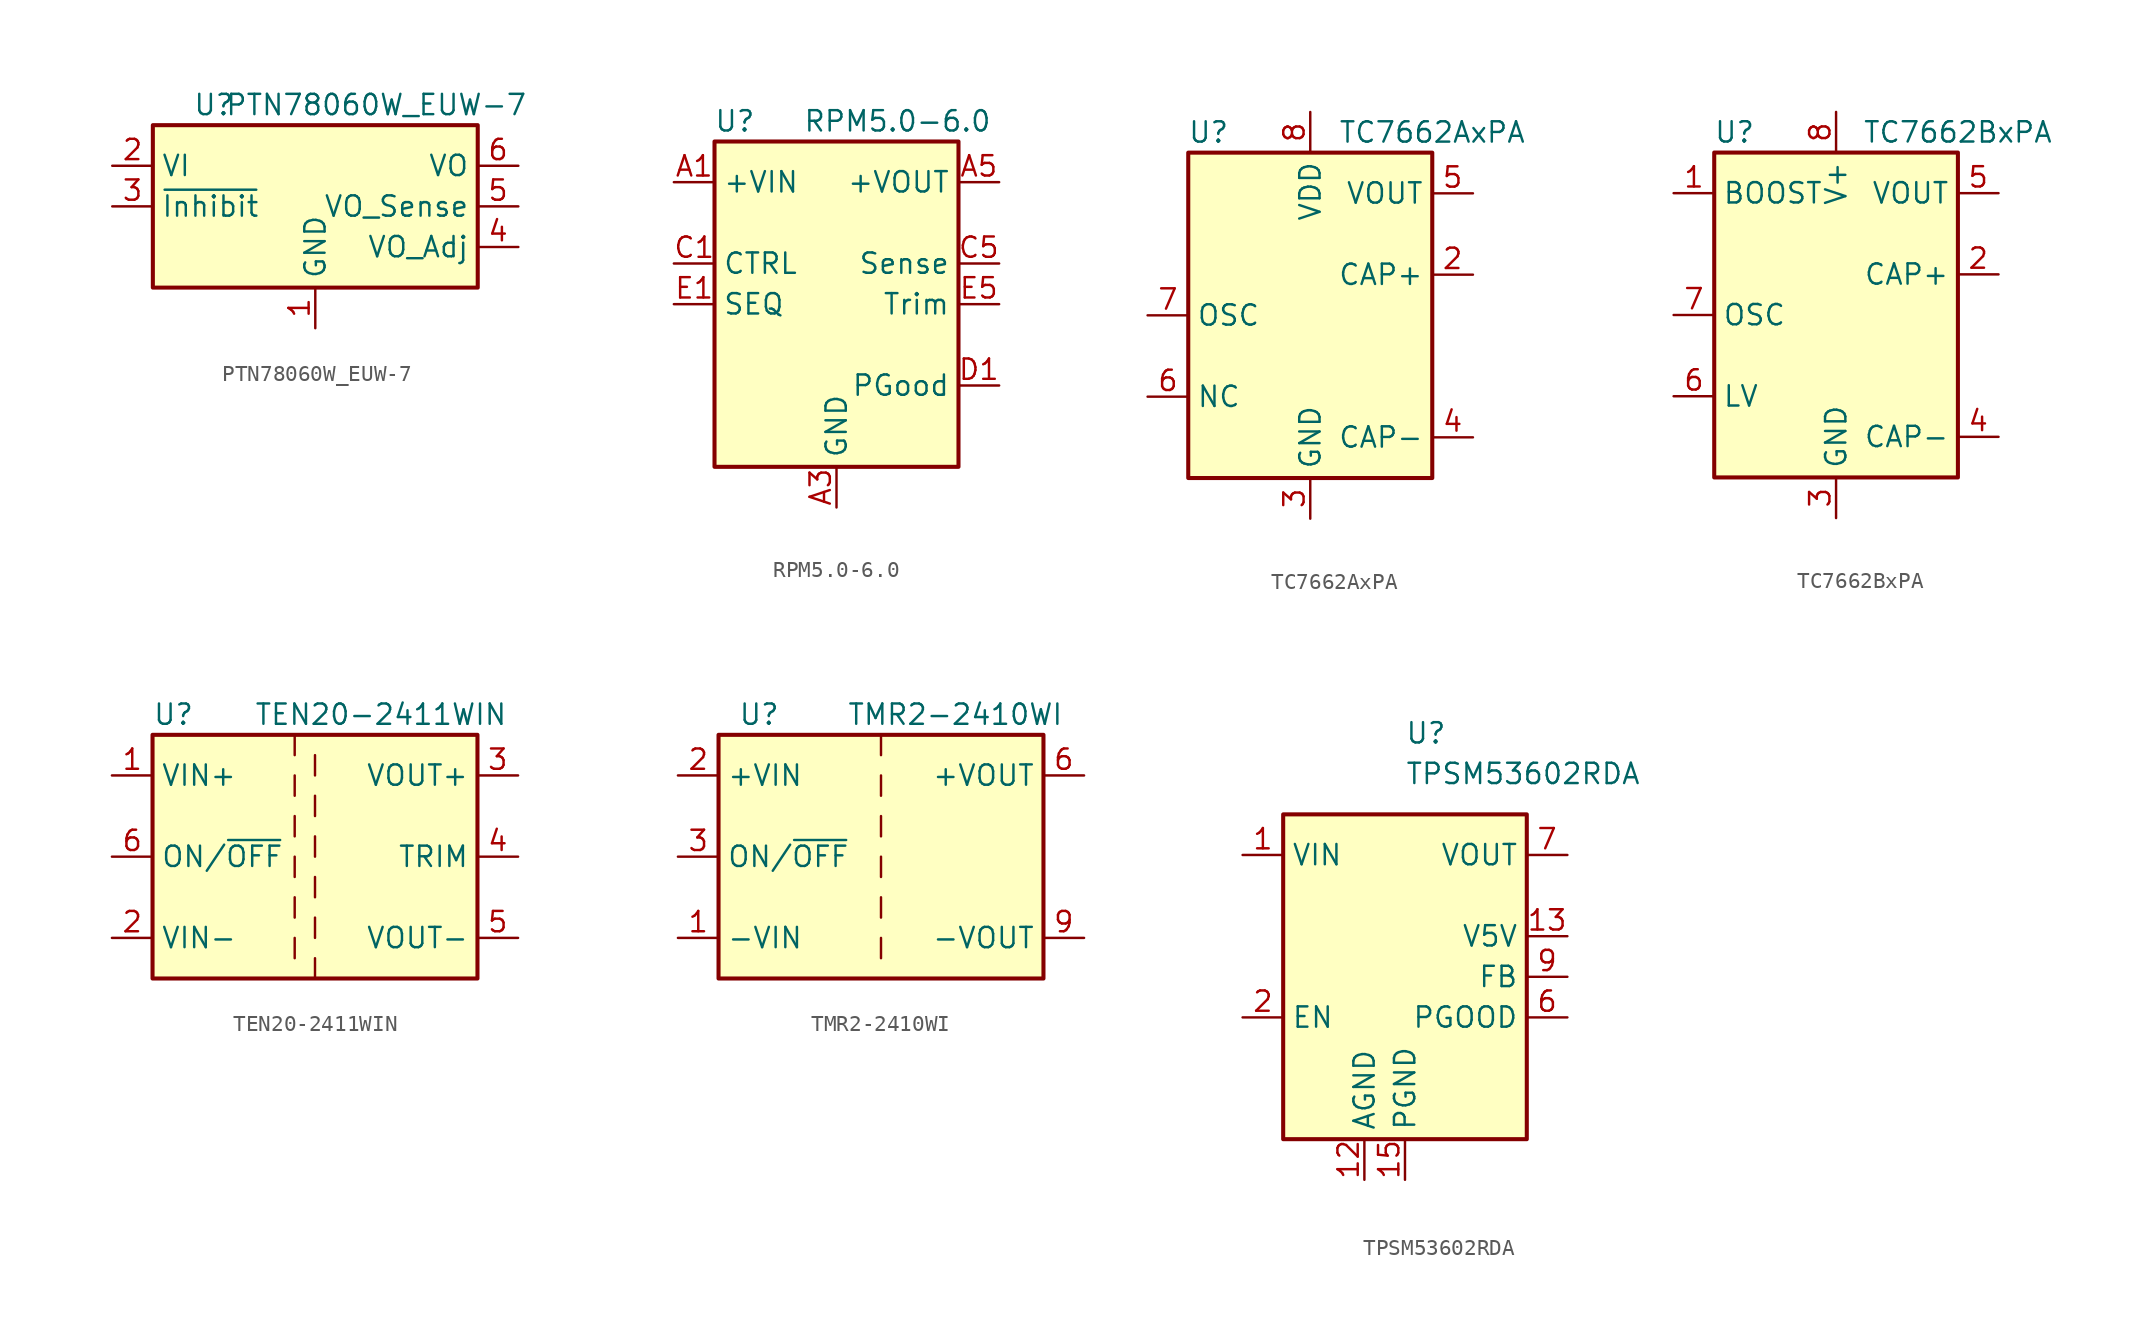
<source format=kicad_sym>
(kicad_symbol_lib
  (version 20241209)
  (generator "kicad_symbol_editor")
  (generator_version "9.0")
  (symbol "PTN78060W_EUW-7"
    (property "Reference" "U"
      (at -6.35 6.35 0)
      (effects (font (size 1.27 1.27))))
    (property "Value" "PTN78060W_EUW-7"
      (at 3.81 6.35 0)
      (effects (font (size 1.27 1.27))))
    (symbol "PTN78060W_EUW-7_0_1"
      (rectangle (start -10.16 5.08) (end 10.16 -5.08) (stroke (width 0.254) (type default)) (fill (type background))))
    (symbol "PTN78060W_EUW-7_1_1"
      (pin power_in line (at -12.7 2.54 0) (length 2.54) (name "VI" (effects (font (size 1.27 1.27)))) (number "2" (effects (font (size 1.27 1.27)))))
      (pin input line (at -12.7 0 0) (length 2.54) (name "~{Inhibit}" (effects (font (size 1.27 1.27)))) (number "3" (effects (font (size 1.27 1.27)))))
      (pin power_in line (at 0 -7.62 90) (length 2.54) (name "GND" (effects (font (size 1.27 1.27)))) (number "1" (effects (font (size 1.27 1.27)))))
      (pin passive line (at 0 -7.62 90) (length 2.54) (hide yes) (name "GND" (effects (font (size 1.27 1.27)))) (number "7" (effects (font (size 1.27 1.27)))))
      (pin power_out line (at 12.7 2.54 180) (length 2.54) (name "VO" (effects (font (size 1.27 1.27)))) (number "6" (effects (font (size 1.27 1.27)))))
      (pin power_out line (at 12.7 0 180) (length 2.54) (name "VO_Sense" (effects (font (size 1.27 1.27)))) (number "5" (effects (font (size 1.27 1.27)))))
      (pin input line (at 12.7 -2.54 180) (length 2.54) (name "VO_Adj" (effects (font (size 1.27 1.27)))) (number "4" (effects (font (size 1.27 1.27)))))))
  (symbol "RPM5.0-6.0"
    (property "Reference" "U"
      (at -6.35 11.43 0)
      (effects (font (size 1.27 1.27))))
    (property "Value" "RPM5.0-6.0"
      (at 3.81 11.43 0)
      (effects (font (size 1.27 1.27))))
    (symbol "RPM5.0-6.0_0_1"
      (rectangle (start -7.62 10.16) (end 7.62 -10.16) (stroke (width 0.254) (type default)) (fill (type background))))
    (symbol "RPM5.0-6.0_1_1"
      (pin power_in line (at -10.16 7.62 0) (length 2.54) (name "+VIN" (effects (font (size 1.27 1.27)))) (number "A1" (effects (font (size 1.27 1.27)))))
      (pin passive line (at -10.16 7.62 0) (length 2.54) (hide yes) (name "+VIN" (effects (font (size 1.27 1.27)))) (number "A2" (effects (font (size 1.27 1.27)))))
      (pin input line (at -10.16 2.54 0) (length 2.54) (name "CTRL" (effects (font (size 1.27 1.27)))) (number "C1" (effects (font (size 1.27 1.27)))))
      (pin passive line (at -10.16 0 0) (length 2.54) (name "SEQ" (effects (font (size 1.27 1.27)))) (number "E1" (effects (font (size 1.27 1.27)))))
      (pin no_connect line (at -7.62 -5.08 0) (length 2.54) (hide yes) (name "NC" (effects (font (size 1.27 1.27)))) (number "E2" (effects (font (size 1.27 1.27)))))
      (pin power_in line (at 0 -12.7 90) (length 2.54) (name "GND" (effects (font (size 1.27 1.27)))) (number "A3" (effects (font (size 1.27 1.27)))))
      (pin passive line (at 0 -12.7 90) (length 2.54) (hide yes) (name "GND" (effects (font (size 1.27 1.27)))) (number "A4" (effects (font (size 1.27 1.27)))))
      (pin passive line (at 0 -12.7 90) (length 2.54) (hide yes) (name "GND" (effects (font (size 1.27 1.27)))) (number "B1" (effects (font (size 1.27 1.27)))))
      (pin passive line (at 0 -12.7 90) (length 2.54) (hide yes) (name "GND" (effects (font (size 1.27 1.27)))) (number "B2" (effects (font (size 1.27 1.27)))))
      (pin passive line (at 0 -12.7 90) (length 2.54) (hide yes) (name "GND" (effects (font (size 1.27 1.27)))) (number "B3" (effects (font (size 1.27 1.27)))))
      (pin passive line (at 0 -12.7 90) (length 2.54) (hide yes) (name "GND" (effects (font (size 1.27 1.27)))) (number "B4" (effects (font (size 1.27 1.27)))))
      (pin passive line (at 0 -12.7 90) (length 2.54) (hide yes) (name "GND" (effects (font (size 1.27 1.27)))) (number "C2" (effects (font (size 1.27 1.27)))))
      (pin passive line (at 0 -12.7 90) (length 2.54) (hide yes) (name "GND" (effects (font (size 1.27 1.27)))) (number "C3" (effects (font (size 1.27 1.27)))))
      (pin passive line (at 0 -12.7 90) (length 2.54) (hide yes) (name "GND" (effects (font (size 1.27 1.27)))) (number "C4" (effects (font (size 1.27 1.27)))))
      (pin passive line (at 0 -12.7 90) (length 2.54) (hide yes) (name "GND" (effects (font (size 1.27 1.27)))) (number "D2" (effects (font (size 1.27 1.27)))))
      (pin passive line (at 0 -12.7 90) (length 2.54) (hide yes) (name "GND" (effects (font (size 1.27 1.27)))) (number "D3" (effects (font (size 1.27 1.27)))))
      (pin passive line (at 0 -12.7 90) (length 2.54) (hide yes) (name "GND" (effects (font (size 1.27 1.27)))) (number "D4" (effects (font (size 1.27 1.27)))))
      (pin passive line (at 0 -12.7 90) (length 2.54) (hide yes) (name "GND" (effects (font (size 1.27 1.27)))) (number "D5" (effects (font (size 1.27 1.27)))))
      (pin passive line (at 0 -12.7 90) (length 2.54) (hide yes) (name "GND" (effects (font (size 1.27 1.27)))) (number "E3" (effects (font (size 1.27 1.27)))))
      (pin passive line (at 0 -12.7 90) (length 2.54) (hide yes) (name "GND" (effects (font (size 1.27 1.27)))) (number "E4" (effects (font (size 1.27 1.27)))))
      (pin power_out line (at 10.16 7.62 180) (length 2.54) (name "+VOUT" (effects (font (size 1.27 1.27)))) (number "A5" (effects (font (size 1.27 1.27)))))
      (pin passive line (at 10.16 7.62 180) (length 2.54) (hide yes) (name "+VOUT" (effects (font (size 1.27 1.27)))) (number "B5" (effects (font (size 1.27 1.27)))))
      (pin input line (at 10.16 2.54 180) (length 2.54) (name "Sense" (effects (font (size 1.27 1.27)))) (number "C5" (effects (font (size 1.27 1.27)))))
      (pin input line (at 10.16 0 180) (length 2.54) (name "Trim" (effects (font (size 1.27 1.27)))) (number "E5" (effects (font (size 1.27 1.27)))))
      (pin output line (at 10.16 -5.08 180) (length 2.54) (name "PGood" (effects (font (size 1.27 1.27)))) (number "D1" (effects (font (size 1.27 1.27)))))))
  (symbol "TC7662AxPA"
    (property "Reference" "U"
      (at -6.35 11.43 0)
      (effects (font (size 1.27 1.27))))
    (property "Value" "TC7662AxPA"
      (at 7.62 11.43 0)
      (effects (font (size 1.27 1.27))))
    (symbol "TC7662AxPA_0_1"
      (rectangle (start -7.62 10.16) (end 7.62 -10.16) (stroke (width 0.254) (type default)) (fill (type background))))
    (symbol "TC7662AxPA_1_1"
      (pin passive line (at -10.16 0 0) (length 2.54) (name "OSC" (effects (font (size 1.27 1.27)))) (number "7" (effects (font (size 1.27 1.27)))))
      (pin passive line (at -10.16 -5.08 0) (length 2.54) (name "NC" (effects (font (size 1.27 1.27)))) (number "6" (effects (font (size 1.27 1.27)))))
      (pin no_connect line (at -7.62 5.08 0) (length 2.54) (hide yes) (name "NC" (effects (font (size 1.27 1.27)))) (number "1" (effects (font (size 1.27 1.27)))))
      (pin power_in line (at 0 12.7 270) (length 2.54) (name "VDD" (effects (font (size 1.27 1.27)))) (number "8" (effects (font (size 1.27 1.27)))))
      (pin power_in line (at 0 -12.7 90) (length 2.54) (name "GND" (effects (font (size 1.27 1.27)))) (number "3" (effects (font (size 1.27 1.27)))))
      (pin power_out line (at 10.16 7.62 180) (length 2.54) (name "VOUT" (effects (font (size 1.27 1.27)))) (number "5" (effects (font (size 1.27 1.27)))))
      (pin passive line (at 10.16 2.54 180) (length 2.54) (name "CAP+" (effects (font (size 1.27 1.27)))) (number "2" (effects (font (size 1.27 1.27)))))
      (pin passive line (at 10.16 -7.62 180) (length 2.54) (name "CAP-" (effects (font (size 1.27 1.27)))) (number "4" (effects (font (size 1.27 1.27)))))))
  (symbol "TC7662BxPA"
    (property "Reference" "U"
      (at -6.35 11.43 0)
      (effects (font (size 1.27 1.27))))
    (property "Value" "TC7662BxPA"
      (at 7.62 11.43 0)
      (effects (font (size 1.27 1.27))))
    (symbol "TC7662BxPA_0_1"
      (rectangle (start -7.62 10.16) (end 7.62 -10.16) (stroke (width 0.254) (type default)) (fill (type background))))
    (symbol "TC7662BxPA_1_1"
      (pin input line (at -10.16 7.62 0) (length 2.54) (name "BOOST" (effects (font (size 1.27 1.27)))) (number "1" (effects (font (size 1.27 1.27)))))
      (pin passive line (at -10.16 0 0) (length 2.54) (name "OSC" (effects (font (size 1.27 1.27)))) (number "7" (effects (font (size 1.27 1.27)))))
      (pin input line (at -10.16 -5.08 0) (length 2.54) (name "LV" (effects (font (size 1.27 1.27)))) (number "6" (effects (font (size 1.27 1.27)))))
      (pin power_in line (at 0 12.7 270) (length 2.54) (name "V+" (effects (font (size 1.27 1.27)))) (number "8" (effects (font (size 1.27 1.27)))))
      (pin power_in line (at 0 -12.7 90) (length 2.54) (name "GND" (effects (font (size 1.27 1.27)))) (number "3" (effects (font (size 1.27 1.27)))))
      (pin power_out line (at 10.16 7.62 180) (length 2.54) (name "VOUT" (effects (font (size 1.27 1.27)))) (number "5" (effects (font (size 1.27 1.27)))))
      (pin passive line (at 10.16 2.54 180) (length 2.54) (name "CAP+" (effects (font (size 1.27 1.27)))) (number "2" (effects (font (size 1.27 1.27)))))
      (pin passive line (at 10.16 -7.62 180) (length 2.54) (name "CAP-" (effects (font (size 1.27 1.27)))) (number "4" (effects (font (size 1.27 1.27)))))))
  (symbol "TEN20-2411WIN"
    (property "Reference" "U"
      (at -10.16 8.89 0)
      (effects (font (size 1.27 1.27)) (justify left)))
    (property "Value" "TEN20-2411WIN"
      (at -3.81 8.89 0)
      (effects (font (size 1.27 1.27)) (justify left)))
    (symbol "TEN20-2411WIN_0_1"
      (rectangle (start -10.16 7.62) (end 10.16 -7.62) (stroke (width 0.254) (type default)) (fill (type background)))
      (polyline (pts (xy -1.27 7.62) (xy -1.27 6.35)) (stroke (width 0) (type default)) (fill (type none)))
      (polyline (pts (xy -1.27 5.08) (xy -1.27 3.81)) (stroke (width 0) (type default)) (fill (type none)))
      (polyline (pts (xy -1.27 2.54) (xy -1.27 1.27)) (stroke (width 0) (type default)) (fill (type none)))
      (polyline (pts (xy -1.27 0) (xy -1.27 -1.27)) (stroke (width 0) (type default)) (fill (type none)))
      (polyline (pts (xy -1.27 -2.54) (xy -1.27 -3.81)) (stroke (width 0) (type default)) (fill (type none)))
      (polyline (pts (xy -1.27 -5.08) (xy -1.27 -6.35)) (stroke (width 0) (type default)) (fill (type none)))
      (polyline (pts (xy 0 5.08) (xy 0 6.35)) (stroke (width 0) (type default)) (fill (type none)))
      (polyline (pts (xy 0 2.54) (xy 0 3.81)) (stroke (width 0) (type default)) (fill (type none)))
      (polyline (pts (xy 0 0) (xy 0 1.27)) (stroke (width 0) (type default)) (fill (type none)))
      (polyline (pts (xy 0 -1.27) (xy 0 -2.54)) (stroke (width 0) (type default)) (fill (type none)))
      (polyline (pts (xy 0 -5.08) (xy 0 -3.81)) (stroke (width 0) (type default)) (fill (type none)))
      (polyline (pts (xy 0 -7.62) (xy 0 -6.35)) (stroke (width 0) (type default)) (fill (type none))))
    (symbol "TEN20-2411WIN_1_1"
      (pin power_in line (at -12.7 5.08 0) (length 2.54) (name "VIN+" (effects (font (size 1.27 1.27)))) (number "1" (effects (font (size 1.27 1.27)))))
      (pin input line (at -12.7 0 0) (length 2.54) (name "ON/~{OFF}" (effects (font (size 1.27 1.27)))) (number "6" (effects (font (size 1.27 1.27)))))
      (pin power_in line (at -12.7 -5.08 0) (length 2.54) (name "VIN-" (effects (font (size 1.27 1.27)))) (number "2" (effects (font (size 1.27 1.27)))))
      (pin power_out line (at 12.7 5.08 180) (length 2.54) (name "VOUT+" (effects (font (size 1.27 1.27)))) (number "3" (effects (font (size 1.27 1.27)))))
      (pin passive line (at 12.7 0 180) (length 2.54) (name "TRIM" (effects (font (size 1.27 1.27)))) (number "4" (effects (font (size 1.27 1.27)))))
      (pin power_out line (at 12.7 -5.08 180) (length 2.54) (name "VOUT-" (effects (font (size 1.27 1.27)))) (number "5" (effects (font (size 1.27 1.27)))))))
  (symbol "TMR2-2410WI"
    (property "Reference" "U"
      (at -7.62 8.89 0)
      (effects (font (size 1.27 1.27))))
    (property "Value" "TMR2-2410WI"
      (at 11.43 8.89 0)
      (effects (font (size 1.27 1.27)) (justify right)))
    (symbol "TMR2-2410WI_0_1"
      (rectangle (start -10.16 7.62) (end 10.16 -7.62) (stroke (width 0.254) (type default)) (fill (type background)))
      (polyline (pts (xy 0 7.62) (xy 0 6.35)) (stroke (width 0) (type default)) (fill (type none)))
      (polyline (pts (xy 0 5.08) (xy 0 3.81)) (stroke (width 0) (type default)) (fill (type none)))
      (polyline (pts (xy 0 2.54) (xy 0 1.27)) (stroke (width 0) (type default)) (fill (type none)))
      (polyline (pts (xy 0 0) (xy 0 -1.27)) (stroke (width 0) (type default)) (fill (type none)))
      (polyline (pts (xy 0 -2.54) (xy 0 -3.81)) (stroke (width 0) (type default)) (fill (type none)))
      (polyline (pts (xy 0 -5.08) (xy 0 -6.35)) (stroke (width 0) (type default)) (fill (type none))))
    (symbol "TMR2-2410WI_1_1"
      (pin power_in line (at -12.7 5.08 0) (length 2.54) (name "+VIN" (effects (font (size 1.27 1.27)))) (number "2" (effects (font (size 1.27 1.27)))))
      (pin input line (at -12.7 0 0) (length 2.54) (name "ON/~{OFF}" (effects (font (size 1.27 1.27)))) (number "3" (effects (font (size 1.27 1.27)))))
      (pin power_in line (at -12.7 -5.08 0) (length 2.54) (name "-VIN" (effects (font (size 1.27 1.27)))) (number "1" (effects (font (size 1.27 1.27)))))
      (pin no_connect line (at 10.16 2.54 180) (length 2.54) (hide yes) (name "NC" (effects (font (size 1.27 1.27)))) (number "7" (effects (font (size 1.27 1.27)))))
      (pin no_connect line (at 10.16 0 180) (length 2.54) (hide yes) (name "NC" (effects (font (size 1.27 1.27)))) (number "8" (effects (font (size 1.27 1.27)))))
      (pin power_out line (at 12.7 5.08 180) (length 2.54) (name "+VOUT" (effects (font (size 1.27 1.27)))) (number "6" (effects (font (size 1.27 1.27)))))
      (pin power_out line (at 12.7 -5.08 180) (length 2.54) (name "-VOUT" (effects (font (size 1.27 1.27)))) (number "9" (effects (font (size 1.27 1.27)))))))
  (symbol "TPSM53602RDA"
    (property "Reference" "U"
      (at 0 15.24 0)
      (effects (font (size 1.27 1.27)) (justify left)))
    (property "Value" "TPSM53602RDA"
      (at 0 12.7 0)
      (effects (font (size 1.27 1.27)) (justify left)))
    (symbol "TPSM53602RDA_0_1"
      (rectangle (start 7.62 10.16) (end -7.62 -10.16) (stroke (width 0.254) (type default)) (fill (type background))))
    (symbol "TPSM53602RDA_1_1"
      (pin power_in line (at -10.16 7.62 0) (length 2.54) (name "VIN" (effects (font (size 1.27 1.27)))) (number "1" (effects (font (size 1.27 1.27)))))
      (pin passive line (at -10.16 7.62 0) (length 2.54) (hide yes) (name "VIN" (effects (font (size 1.27 1.27)))) (number "14" (effects (font (size 1.27 1.27)))))
      (pin input line (at -10.16 -2.54 0) (length 2.54) (name "EN" (effects (font (size 1.27 1.27)))) (number "2" (effects (font (size 1.27 1.27)))))
      (pin no_connect line (at -7.62 2.54 0) (length 2.54) (hide yes) (name "DNC" (effects (font (size 1.27 1.27)))) (number "4" (effects (font (size 1.27 1.27)))))
      (pin no_connect line (at -7.62 0 0) (length 2.54) (hide yes) (name "DNC" (effects (font (size 1.27 1.27)))) (number "5" (effects (font (size 1.27 1.27)))))
      (pin power_in line (at -2.54 -12.7 90) (length 2.54) (name "AGND" (effects (font (size 1.27 1.27)))) (number "12" (effects (font (size 1.27 1.27)))))
      (pin passive line (at 0 -12.7 90) (length 2.54) (hide yes) (name "PGND" (effects (font (size 1.27 1.27)))) (number "10" (effects (font (size 1.27 1.27)))))
      (pin passive line (at 0 -12.7 90) (length 2.54) (hide yes) (name "PGND" (effects (font (size 1.27 1.27)))) (number "11" (effects (font (size 1.27 1.27)))))
      (pin power_in line (at 0 -12.7 90) (length 2.54) (name "PGND" (effects (font (size 1.27 1.27)))) (number "15" (effects (font (size 1.27 1.27)))))
      (pin passive line (at 0 -12.7 90) (length 2.54) (hide yes) (name "PGND" (effects (font (size 1.27 1.27)))) (number "3" (effects (font (size 1.27 1.27)))))
      (pin power_out line (at 10.16 7.62 180) (length 2.54) (name "VOUT" (effects (font (size 1.27 1.27)))) (number "7" (effects (font (size 1.27 1.27)))))
      (pin passive line (at 10.16 7.62 180) (length 2.54) (hide yes) (name "VOUT" (effects (font (size 1.27 1.27)))) (number "8" (effects (font (size 1.27 1.27)))))
      (pin output line (at 10.16 2.54 180) (length 2.54) (name "V5V" (effects (font (size 1.27 1.27)))) (number "13" (effects (font (size 1.27 1.27)))))
      (pin input line (at 10.16 0 180) (length 2.54) (name "FB" (effects (font (size 1.27 1.27)))) (number "9" (effects (font (size 1.27 1.27)))))
      (pin open_collector line (at 10.16 -2.54 180) (length 2.54) (name "PGOOD" (effects (font (size 1.27 1.27)))) (number "6" (effects (font (size 1.27 1.27))))))))
</source>
